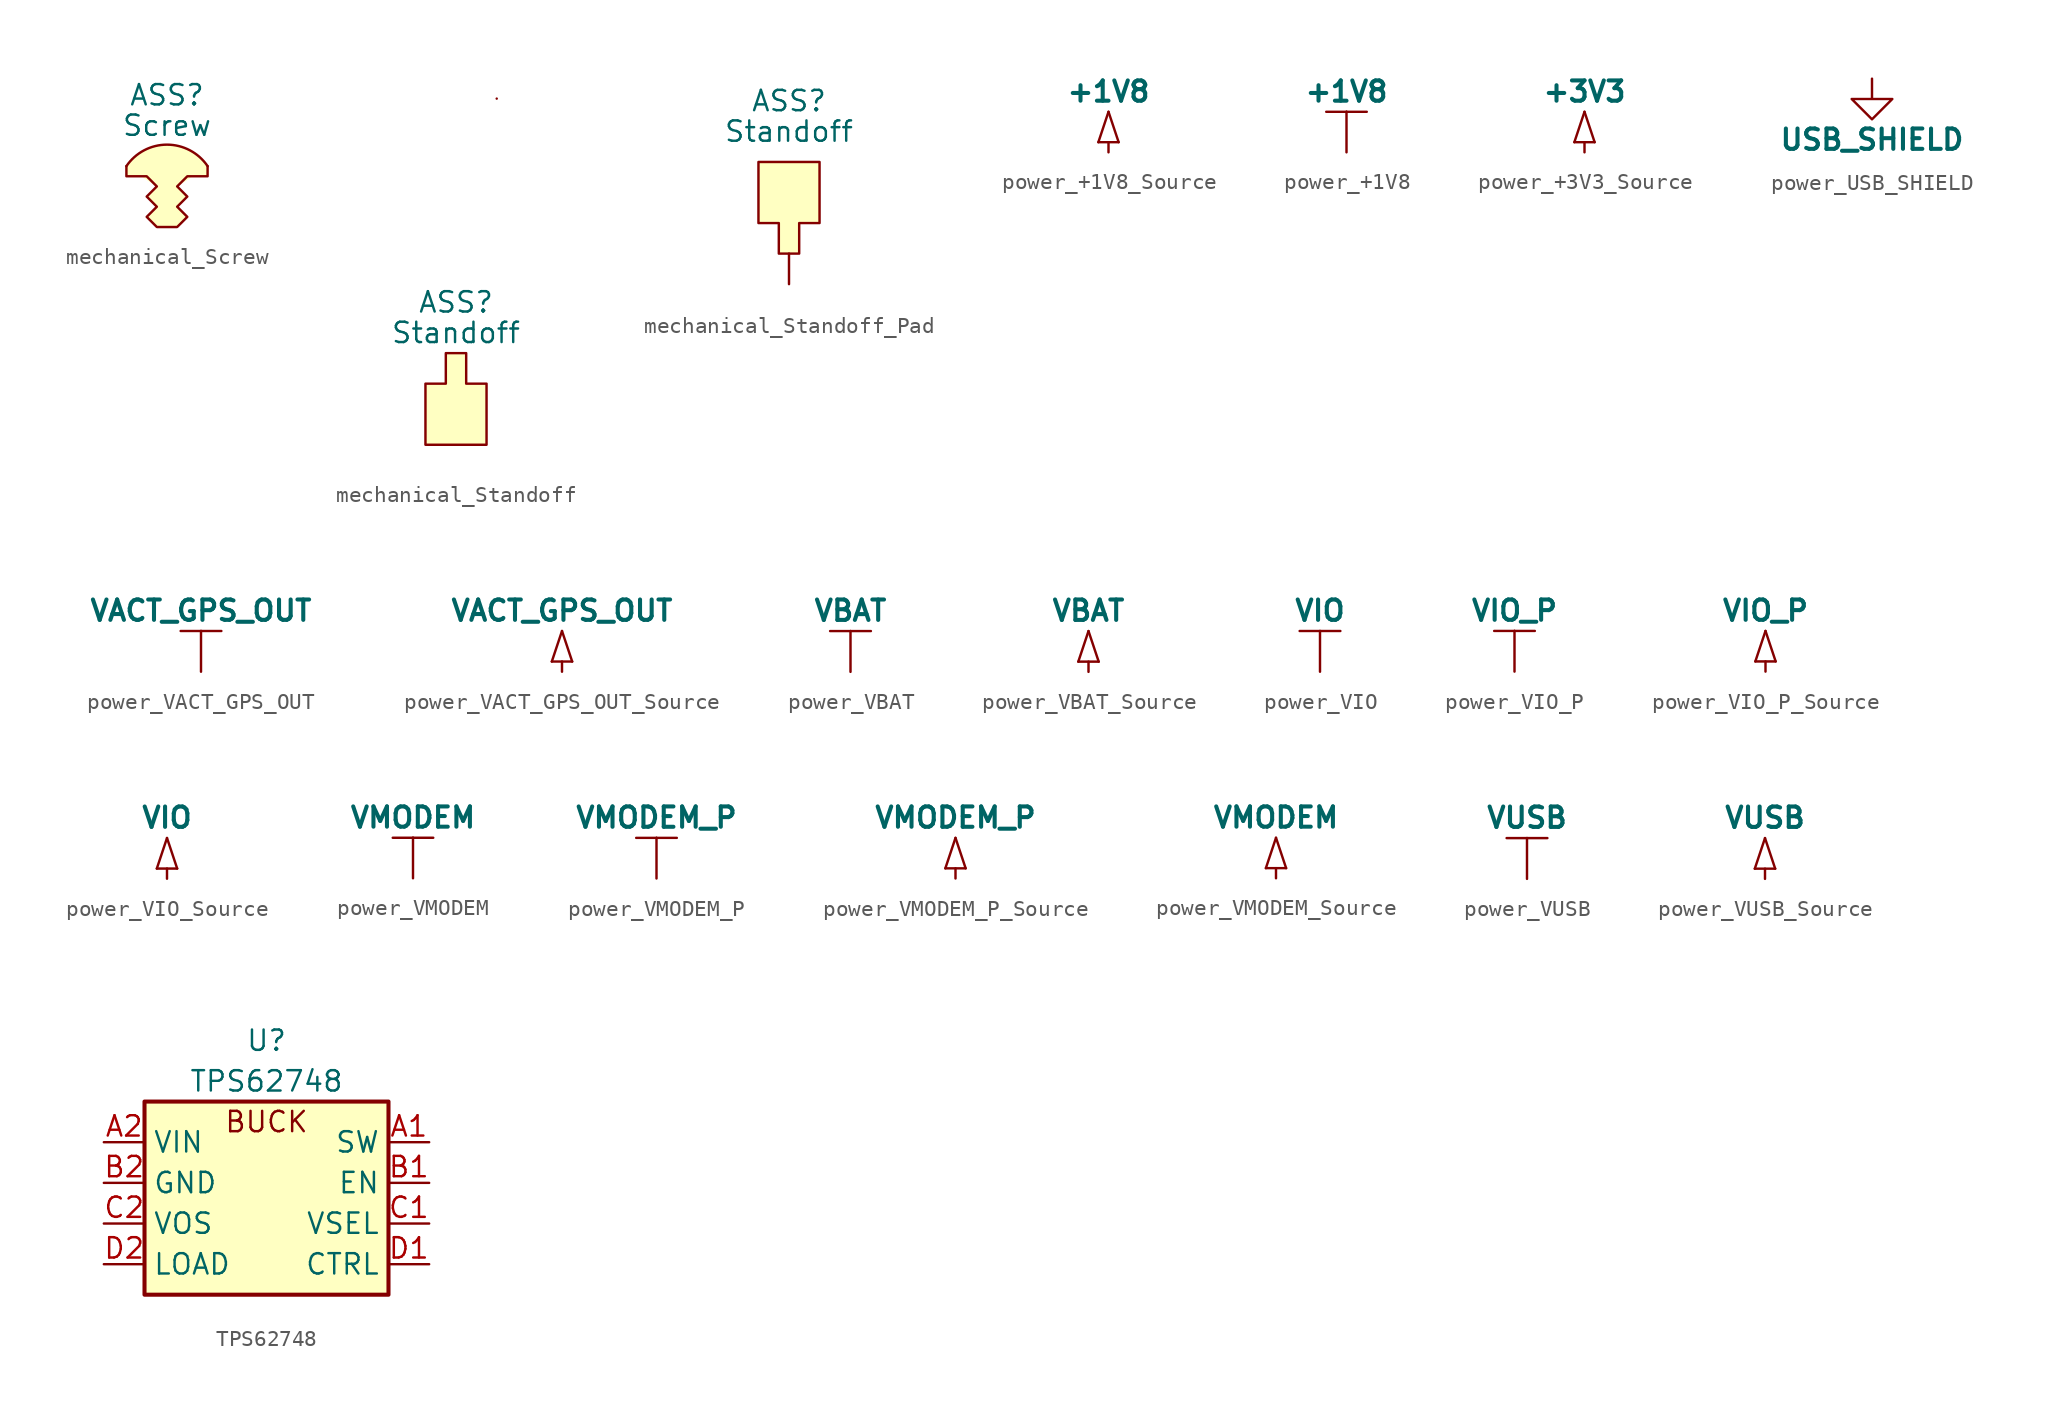
<source format=kicad_sym>
(kicad_symbol_lib
  (version 20220914)
  (generator kicad_symbol_editor)
  (symbol "mechanical_Screw"
    (property "Reference" "ASS"
      (at 0 5.715 0)
      (effects (font (size 1.27 1.27))))
    (property "Value" "Screw"
      (at 0 3.81 0)
      (effects (font (size 1.27 1.27))))
    (symbol "mechanical_Screw_0_1"
      (polyline (pts (xy -2.54 1.27) (xy -2.54 0.635) (xy -1.27 0.635) (xy -0.635 0) (xy -1.27 -0.635) (xy -0.635 -1.27) (xy -1.27 -1.905) (xy -0.635 -2.54) (xy 0.635 -2.54) (xy 1.27 -1.905) (xy 0.635 -1.27) (xy 1.27 -0.635) (xy 0.635 0) (xy 1.27 0.635) (xy 2.54 0.635) (xy 2.54 1.27)) (stroke (width 0) (type default)) (fill (type background)))
      (arc (start 2.54 1.27) (mid 0 2.6143) (end -2.54 1.27) (stroke (width 0) (type default)) (fill (type background)))))
  (symbol "mechanical_Standoff"
    (property "Reference" "ASS"
      (at 0 5.08 0)
      (effects (font (size 1.27 1.27))))
    (property "Value" "Standoff"
      (at 0 3.175 0)
      (effects (font (size 1.27 1.27))))
    (symbol "mechanical_Standoff_0_1"
      (polyline (pts (xy -0.635 1.905) (xy -0.635 0) (xy -1.905 0) (xy -1.905 -3.81) (xy 1.905 -3.81) (xy 1.905 0) (xy 0.635 0) (xy 0.635 1.905) (xy -0.635 1.905)) (stroke (width 0) (type default)) (fill (type background)))
      (rectangle (start 2.54 17.78) (end 2.54 17.78) (stroke (width 0) (type default)) (fill (type none)))))
  (symbol "mechanical_Standoff_Pad"
    (pin_numbers hide)
    (pin_names hide)
    (property "Reference" "ASS"
      (at 0 7.62 0)
      (effects (font (size 1.27 1.27))))
    (property "Value" "Standoff"
      (at 0 5.715 0)
      (effects (font (size 1.27 1.27))))
    (symbol "mechanical_Standoff_Pad_0_1"
      (polyline (pts (xy 0.635 -1.905) (xy 0.635 0) (xy 1.905 0) (xy 1.905 3.81) (xy -1.905 3.81) (xy -1.905 0) (xy -0.635 0) (xy -0.635 -1.905) (xy 0.635 -1.905)) (stroke (width 0) (type default)) (fill (type background))))
    (symbol "mechanical_Standoff_Pad_1_1"
      (pin input line (at 0 -3.81 90) (length 1.905) (name "1" (effects (font (size 1.27 1.27)))) (number "1" (effects (font (size 1.27 1.27)))))))
  (symbol "power_+1V8_Source"
    (power)
    (pin_names
      (offset 0))
    (property "Reference" "#PWR"
      (at 0 -3.81 0)
      (effects (font (size 1.27 1.27)) hide))
    (property "Value" "+1V8"
      (at 0 3.81 0)
      (effects (font (size 1.27 1.27) bold)))
    (symbol "power_+1V8_Source_0_1"
      (polyline (pts (xy -0.635 0.635) (xy 0 2.54)) (stroke (width 0) (type default)) (fill (type none)))
      (polyline (pts (xy 0 0) (xy 0 0.635)) (stroke (width 0) (type default)) (fill (type none)))
      (polyline (pts (xy 0 2.54) (xy 0.635 0.635)) (stroke (width 0) (type default)) (fill (type none)))
      (polyline (pts (xy 0.635 0.635) (xy -0.635 0.635)) (stroke (width 0) (type default)) (fill (type none))))
    (symbol "power_+1V8_Source_1_1"
      (pin power_in line (at 0 0 90) (length 0) hide (name "+1V8" (effects (font (size 1.27 1.27)))) (number "1" (effects (font (size 1.27 1.27)))))))
  (symbol "power_+1V8"
    (power)
    (pin_names
      (offset 0))
    (property "Reference" "#PWR"
      (at 0 -3.81 0)
      (effects (font (size 1.27 1.27)) hide))
    (property "Value" "+1V8"
      (at 0 3.81 0)
      (effects (font (size 1.27 1.27) bold)))
    (symbol "power_+1V8_0_1"
      (polyline (pts (xy -1.27 2.54) (xy 0 2.54)) (stroke (width 0) (type default)) (fill (type none)))
      (polyline (pts (xy 0 0) (xy 0 2.54)) (stroke (width 0) (type default)) (fill (type none)))
      (polyline (pts (xy 0 2.54) (xy 1.27 2.54)) (stroke (width 0) (type default)) (fill (type none))))
    (symbol "power_+1V8_1_1"
      (pin power_in line (at 0 0 90) (length 0) hide (name "+1V8" (effects (font (size 1.27 1.27)))) (number "1" (effects (font (size 1.27 1.27)))))))
  (symbol "power_+3V3_Source"
    (power)
    (pin_names
      (offset 0))
    (property "Reference" "#PWR"
      (at 0 -3.81 0)
      (effects (font (size 1.27 1.27)) hide))
    (property "Value" "+3V3"
      (at 0 3.81 0)
      (effects (font (size 1.27 1.27) bold)))
    (symbol "power_+3V3_Source_0_1"
      (polyline (pts (xy -0.635 0.635) (xy 0 2.54)) (stroke (width 0) (type default)) (fill (type none)))
      (polyline (pts (xy 0 0) (xy 0 0.635)) (stroke (width 0) (type default)) (fill (type none)))
      (polyline (pts (xy 0 2.54) (xy 0.635 0.635)) (stroke (width 0) (type default)) (fill (type none)))
      (polyline (pts (xy 0.635 0.635) (xy -0.635 0.635)) (stroke (width 0) (type default)) (fill (type none))))
    (symbol "power_+3V3_Source_1_1"
      (pin power_in line (at 0 0 90) (length 0) hide (name "+3V3" (effects (font (size 1.27 1.27)))) (number "1" (effects (font (size 1.27 1.27)))))))
  (symbol "power_USB_SHIELD"
    (power)
    (pin_names
      (offset 0))
    (property "Reference" "#PWR"
      (at 0 -6.35 0)
      (effects (font (size 1.27 1.27)) hide))
    (property "Value" "USB_SHIELD"
      (at 0 -3.81 0)
      (effects (font (size 1.27 1.27) bold)))
    (symbol "power_USB_SHIELD_0_1"
      (polyline (pts (xy 0 0) (xy 0 -1.27) (xy 1.27 -1.27) (xy 0 -2.54) (xy -1.27 -1.27) (xy 0 -1.27)) (stroke (width 0) (type default)) (fill (type none))))
    (symbol "power_USB_SHIELD_1_1"
      (pin passive line (at 0 0 270) (length 0) hide (name "USB_SHIELD" (effects (font (size 1.27 1.27)))) (number "1" (effects (font (size 1.27 1.27)))))))
  (symbol "power_VACT_GPS_OUT"
    (power)
    (pin_names
      (offset 0))
    (property "Reference" "#PWR"
      (at 0 -3.81 0)
      (effects (font (size 1.27 1.27)) hide))
    (property "Value" "VACT_GPS_OUT"
      (at 0 3.81 0)
      (effects (font (size 1.27 1.27) bold)))
    (symbol "power_VACT_GPS_OUT_0_1"
      (polyline (pts (xy -1.27 2.54) (xy 0 2.54)) (stroke (width 0) (type default)) (fill (type none)))
      (polyline (pts (xy 0 0) (xy 0 2.54)) (stroke (width 0) (type default)) (fill (type none)))
      (polyline (pts (xy 0 2.54) (xy 1.27 2.54)) (stroke (width 0) (type default)) (fill (type none))))
    (symbol "power_VACT_GPS_OUT_1_1"
      (pin power_in line (at 0 0 90) (length 0) hide (name "VACT_GPS_OUT" (effects (font (size 1.27 1.27)))) (number "1" (effects (font (size 1.27 1.27)))))))
  (symbol "power_VACT_GPS_OUT_Source"
    (power)
    (pin_names
      (offset 0))
    (property "Reference" "#PWR"
      (at 0 -3.81 0)
      (effects (font (size 1.27 1.27)) hide))
    (property "Value" "VACT_GPS_OUT"
      (at 0 3.81 0)
      (effects (font (size 1.27 1.27) bold)))
    (symbol "power_VACT_GPS_OUT_Source_0_1"
      (polyline (pts (xy -0.635 0.635) (xy 0 2.54)) (stroke (width 0) (type default)) (fill (type none)))
      (polyline (pts (xy 0 0) (xy 0 0.635)) (stroke (width 0) (type default)) (fill (type none)))
      (polyline (pts (xy 0 2.54) (xy 0.635 0.635)) (stroke (width 0) (type default)) (fill (type none)))
      (polyline (pts (xy 0.635 0.635) (xy -0.635 0.635)) (stroke (width 0) (type default)) (fill (type none))))
    (symbol "power_VACT_GPS_OUT_Source_1_1"
      (pin power_in line (at 0 0 90) (length 0) hide (name "VACT_GPS_OUT" (effects (font (size 1.27 1.27)))) (number "1" (effects (font (size 1.27 1.27)))))))
  (symbol "power_VBAT"
    (power)
    (pin_names
      (offset 0))
    (property "Reference" "#PWR"
      (at 0 -3.81 0)
      (effects (font (size 1.27 1.27)) hide))
    (property "Value" "VBAT"
      (at 0 3.81 0)
      (effects (font (size 1.27 1.27) bold)))
    (symbol "power_VBAT_0_1"
      (polyline (pts (xy -1.27 2.54) (xy 0 2.54)) (stroke (width 0) (type default)) (fill (type none)))
      (polyline (pts (xy 0 0) (xy 0 2.54)) (stroke (width 0) (type default)) (fill (type none)))
      (polyline (pts (xy 0 2.54) (xy 1.27 2.54)) (stroke (width 0) (type default)) (fill (type none))))
    (symbol "power_VBAT_1_1"
      (pin power_in line (at 0 0 90) (length 0) hide (name "VBAT" (effects (font (size 1.27 1.27)))) (number "1" (effects (font (size 1.27 1.27)))))))
  (symbol "power_VBAT_Source"
    (power)
    (pin_names
      (offset 0))
    (property "Reference" "#PWR"
      (at 0 -3.81 0)
      (effects (font (size 1.27 1.27)) hide))
    (property "Value" "VBAT"
      (at 0 3.81 0)
      (effects (font (size 1.27 1.27) bold)))
    (symbol "power_VBAT_Source_0_1"
      (polyline (pts (xy -0.635 0.635) (xy 0 2.54)) (stroke (width 0) (type default)) (fill (type none)))
      (polyline (pts (xy 0 0) (xy 0 0.635)) (stroke (width 0) (type default)) (fill (type none)))
      (polyline (pts (xy 0 2.54) (xy 0.635 0.635)) (stroke (width 0) (type default)) (fill (type none)))
      (polyline (pts (xy 0.635 0.635) (xy -0.635 0.635)) (stroke (width 0) (type default)) (fill (type none))))
    (symbol "power_VBAT_Source_1_1"
      (pin power_in line (at 0 0 90) (length 0) hide (name "VBAT" (effects (font (size 1.27 1.27)))) (number "1" (effects (font (size 1.27 1.27)))))))
  (symbol "power_VIO"
    (power)
    (pin_names
      (offset 0))
    (property "Reference" "#PWR"
      (at 0 -3.81 0)
      (effects (font (size 1.27 1.27)) hide))
    (property "Value" "VIO"
      (at 0 3.81 0)
      (effects (font (size 1.27 1.27) bold)))
    (symbol "power_VIO_0_1"
      (polyline (pts (xy -1.27 2.54) (xy 0 2.54)) (stroke (width 0) (type default)) (fill (type none)))
      (polyline (pts (xy 0 0) (xy 0 2.54)) (stroke (width 0) (type default)) (fill (type none)))
      (polyline (pts (xy 0 2.54) (xy 1.27 2.54)) (stroke (width 0) (type default)) (fill (type none))))
    (symbol "power_VIO_1_1"
      (pin power_in line (at 0 0 90) (length 0) hide (name "VIO" (effects (font (size 1.27 1.27)))) (number "1" (effects (font (size 1.27 1.27)))))))
  (symbol "power_VIO_P"
    (power)
    (pin_names
      (offset 0))
    (property "Reference" "#PWR"
      (at 0 -3.81 0)
      (effects (font (size 1.27 1.27)) hide))
    (property "Value" "VIO_P"
      (at 0 3.81 0)
      (effects (font (size 1.27 1.27) bold)))
    (symbol "power_VIO_P_0_1"
      (polyline (pts (xy -1.27 2.54) (xy 0 2.54)) (stroke (width 0) (type default)) (fill (type none)))
      (polyline (pts (xy 0 0) (xy 0 2.54)) (stroke (width 0) (type default)) (fill (type none)))
      (polyline (pts (xy 0 2.54) (xy 1.27 2.54)) (stroke (width 0) (type default)) (fill (type none))))
    (symbol "power_VIO_P_1_1"
      (pin power_in line (at 0 0 90) (length 0) hide (name "VIO" (effects (font (size 1.27 1.27)))) (number "1" (effects (font (size 1.27 1.27)))))))
  (symbol "power_VIO_P_Source"
    (power)
    (pin_names
      (offset 0))
    (property "Reference" "#PWR"
      (at 0 -3.81 0)
      (effects (font (size 1.27 1.27)) hide))
    (property "Value" "VIO_P"
      (at 0 3.81 0)
      (effects (font (size 1.27 1.27) bold)))
    (symbol "power_VIO_P_Source_0_1"
      (polyline (pts (xy -0.635 0.635) (xy 0 2.54)) (stroke (width 0) (type default)) (fill (type none)))
      (polyline (pts (xy 0 0) (xy 0 0.635)) (stroke (width 0) (type default)) (fill (type none)))
      (polyline (pts (xy 0 2.54) (xy 0.635 0.635)) (stroke (width 0) (type default)) (fill (type none)))
      (polyline (pts (xy 0.635 0.635) (xy -0.635 0.635)) (stroke (width 0) (type default)) (fill (type none))))
    (symbol "power_VIO_P_Source_1_1"
      (pin power_in line (at 0 0 90) (length 0) hide (name "VIO_P" (effects (font (size 1.27 1.27)))) (number "1" (effects (font (size 1.27 1.27)))))))
  (symbol "power_VIO_Source"
    (power)
    (pin_names
      (offset 0))
    (property "Reference" "#PWR"
      (at 0 -3.81 0)
      (effects (font (size 1.27 1.27)) hide))
    (property "Value" "VIO"
      (at 0 3.81 0)
      (effects (font (size 1.27 1.27) bold)))
    (symbol "power_VIO_Source_0_1"
      (polyline (pts (xy -0.635 0.635) (xy 0 2.54)) (stroke (width 0) (type default)) (fill (type none)))
      (polyline (pts (xy 0 0) (xy 0 0.635)) (stroke (width 0) (type default)) (fill (type none)))
      (polyline (pts (xy 0 2.54) (xy 0.635 0.635)) (stroke (width 0) (type default)) (fill (type none)))
      (polyline (pts (xy 0.635 0.635) (xy -0.635 0.635)) (stroke (width 0) (type default)) (fill (type none))))
    (symbol "power_VIO_Source_1_1"
      (pin power_in line (at 0 0 90) (length 0) hide (name "VIO" (effects (font (size 1.27 1.27)))) (number "1" (effects (font (size 1.27 1.27)))))))
  (symbol "power_VMODEM"
    (power)
    (pin_names
      (offset 0))
    (property "Reference" "#PWR"
      (at 0 -3.81 0)
      (effects (font (size 1.27 1.27)) hide))
    (property "Value" "VMODEM"
      (at 0 3.81 0)
      (effects (font (size 1.27 1.27) bold)))
    (symbol "power_VMODEM_0_1"
      (polyline (pts (xy -1.27 2.54) (xy 0 2.54)) (stroke (width 0) (type default)) (fill (type none)))
      (polyline (pts (xy 0 0) (xy 0 2.54)) (stroke (width 0) (type default)) (fill (type none)))
      (polyline (pts (xy 0 2.54) (xy 1.27 2.54)) (stroke (width 0) (type default)) (fill (type none))))
    (symbol "power_VMODEM_1_1"
      (pin power_in line (at 0 0 90) (length 0) hide (name "VMODEM" (effects (font (size 1.27 1.27)))) (number "1" (effects (font (size 1.27 1.27)))))))
  (symbol "power_VMODEM_P"
    (power)
    (pin_names
      (offset 0))
    (property "Reference" "#PWR"
      (at 0 -3.81 0)
      (effects (font (size 1.27 1.27)) hide))
    (property "Value" "VMODEM_P"
      (at 0 3.81 0)
      (effects (font (size 1.27 1.27) bold)))
    (symbol "power_VMODEM_P_0_1"
      (polyline (pts (xy -1.27 2.54) (xy 0 2.54)) (stroke (width 0) (type default)) (fill (type none)))
      (polyline (pts (xy 0 0) (xy 0 2.54)) (stroke (width 0) (type default)) (fill (type none)))
      (polyline (pts (xy 0 2.54) (xy 1.27 2.54)) (stroke (width 0) (type default)) (fill (type none))))
    (symbol "power_VMODEM_P_1_1"
      (pin power_in line (at 0 0 90) (length 0) hide (name "VMODEM_P" (effects (font (size 1.27 1.27)))) (number "1" (effects (font (size 1.27 1.27)))))))
  (symbol "power_VMODEM_P_Source"
    (power)
    (pin_names
      (offset 0))
    (property "Reference" "#PWR"
      (at 0 -3.81 0)
      (effects (font (size 1.27 1.27)) hide))
    (property "Value" "VMODEM_P"
      (at 0 3.81 0)
      (effects (font (size 1.27 1.27) bold)))
    (symbol "power_VMODEM_P_Source_0_1"
      (polyline (pts (xy -0.635 0.635) (xy 0 2.54)) (stroke (width 0) (type default)) (fill (type none)))
      (polyline (pts (xy 0 0) (xy 0 0.635)) (stroke (width 0) (type default)) (fill (type none)))
      (polyline (pts (xy 0 2.54) (xy 0.635 0.635)) (stroke (width 0) (type default)) (fill (type none)))
      (polyline (pts (xy 0.635 0.635) (xy -0.635 0.635)) (stroke (width 0) (type default)) (fill (type none))))
    (symbol "power_VMODEM_P_Source_1_1"
      (pin power_in line (at 0 0 90) (length 0) hide (name "VMODEM_P" (effects (font (size 1.27 1.27)))) (number "1" (effects (font (size 1.27 1.27)))))))
  (symbol "power_VMODEM_Source"
    (power)
    (pin_names
      (offset 0))
    (property "Reference" "#PWR"
      (at 0 -3.81 0)
      (effects (font (size 1.27 1.27)) hide))
    (property "Value" "VMODEM"
      (at 0 3.81 0)
      (effects (font (size 1.27 1.27) bold)))
    (symbol "power_VMODEM_Source_0_1"
      (polyline (pts (xy -0.635 0.635) (xy 0 2.54)) (stroke (width 0) (type default)) (fill (type none)))
      (polyline (pts (xy 0 0) (xy 0 0.635)) (stroke (width 0) (type default)) (fill (type none)))
      (polyline (pts (xy 0 2.54) (xy 0.635 0.635)) (stroke (width 0) (type default)) (fill (type none)))
      (polyline (pts (xy 0.635 0.635) (xy -0.635 0.635)) (stroke (width 0) (type default)) (fill (type none))))
    (symbol "power_VMODEM_Source_1_1"
      (pin power_in line (at 0 0 90) (length 0) hide (name "VMODEM" (effects (font (size 1.27 1.27)))) (number "1" (effects (font (size 1.27 1.27)))))))
  (symbol "power_VUSB"
    (power)
    (pin_names
      (offset 0))
    (property "Reference" "#PWR"
      (at 0 -3.81 0)
      (effects (font (size 1.27 1.27)) hide))
    (property "Value" "VUSB"
      (at 0 3.81 0)
      (effects (font (size 1.27 1.27) bold)))
    (symbol "power_VUSB_0_1"
      (polyline (pts (xy -1.27 2.54) (xy 0 2.54)) (stroke (width 0) (type default)) (fill (type none)))
      (polyline (pts (xy 0 0) (xy 0 2.54)) (stroke (width 0) (type default)) (fill (type none)))
      (polyline (pts (xy 0 2.54) (xy 1.27 2.54)) (stroke (width 0) (type default)) (fill (type none))))
    (symbol "power_VUSB_1_1"
      (pin power_in line (at 0 0 90) (length 0) hide (name "VUSB" (effects (font (size 1.27 1.27)))) (number "1" (effects (font (size 1.27 1.27)))))))
  (symbol "power_VUSB_Source"
    (power)
    (pin_names
      (offset 0))
    (property "Reference" "#PWR"
      (at 0 -3.81 0)
      (effects (font (size 1.27 1.27)) hide))
    (property "Value" "VUSB"
      (at 0 3.81 0)
      (effects (font (size 1.27 1.27) bold)))
    (symbol "power_VUSB_Source_0_1"
      (polyline (pts (xy -0.635 0.635) (xy 0 2.54)) (stroke (width 0) (type default)) (fill (type none)))
      (polyline (pts (xy 0 0) (xy 0 0.635)) (stroke (width 0) (type default)) (fill (type none)))
      (polyline (pts (xy 0 2.54) (xy 0.635 0.635)) (stroke (width 0) (type default)) (fill (type none)))
      (polyline (pts (xy 0.635 0.635) (xy -0.635 0.635)) (stroke (width 0) (type default)) (fill (type none))))
    (symbol "power_VUSB_Source_1_1"
      (pin power_in line (at 0 0 90) (length 0) hide (name "VUSB" (effects (font (size 1.27 1.27)))) (number "1" (effects (font (size 1.27 1.27)))))))
  (symbol "TPS62748"
    (property "Reference" "U"
      (at 0 8.89 0)
      (effects (font (size 1.27 1.27))))
    (property "Value" "TPS62748"
      (at 0 6.35 0)
      (effects (font (size 1.27 1.27))))
    (symbol "TPS62748_0_1"
      (text "BUCK" (at 0 3.81 0) (effects (font (size 1.27 1.27)))))
    (symbol "TPS62748_1_1"
      (rectangle (start -7.62 5.08) (end 7.62 -6.985) (stroke (width 0.254) (type default)) (fill (type background)))
      (pin power_out line (at 10.16 2.54 180) (length 2.54) (name "SW" (effects (font (size 1.27 1.27)))) (number "A1" (effects (font (size 1.27 1.27)))))
      (pin power_in line (at -10.16 2.54 0) (length 2.54) (name "VIN" (effects (font (size 1.27 1.27)))) (number "A2" (effects (font (size 1.27 1.27)))))
      (pin input line (at 10.16 0 180) (length 2.54) (name "EN" (effects (font (size 1.27 1.27)))) (number "B1" (effects (font (size 1.27 1.27)))))
      (pin power_in line (at -10.16 0 0) (length 2.54) (name "GND" (effects (font (size 1.27 1.27)))) (number "B2" (effects (font (size 1.27 1.27)))))
      (pin input line (at 10.16 -2.54 180) (length 2.54) (name "VSEL" (effects (font (size 1.27 1.27)))) (number "C1" (effects (font (size 1.27 1.27)))))
      (pin power_in line (at -10.16 -2.54 0) (length 2.54) (name "VOS" (effects (font (size 1.27 1.27)))) (number "C2" (effects (font (size 1.27 1.27)))))
      (pin input line (at 10.16 -5.08 180) (length 2.54) (name "CTRL" (effects (font (size 1.27 1.27)))) (number "D1" (effects (font (size 1.27 1.27)))))
      (pin power_out line (at -10.16 -5.08 0) (length 2.54) (name "LOAD" (effects (font (size 1.27 1.27)))) (number "D2" (effects (font (size 1.27 1.27))))))))
</source>
